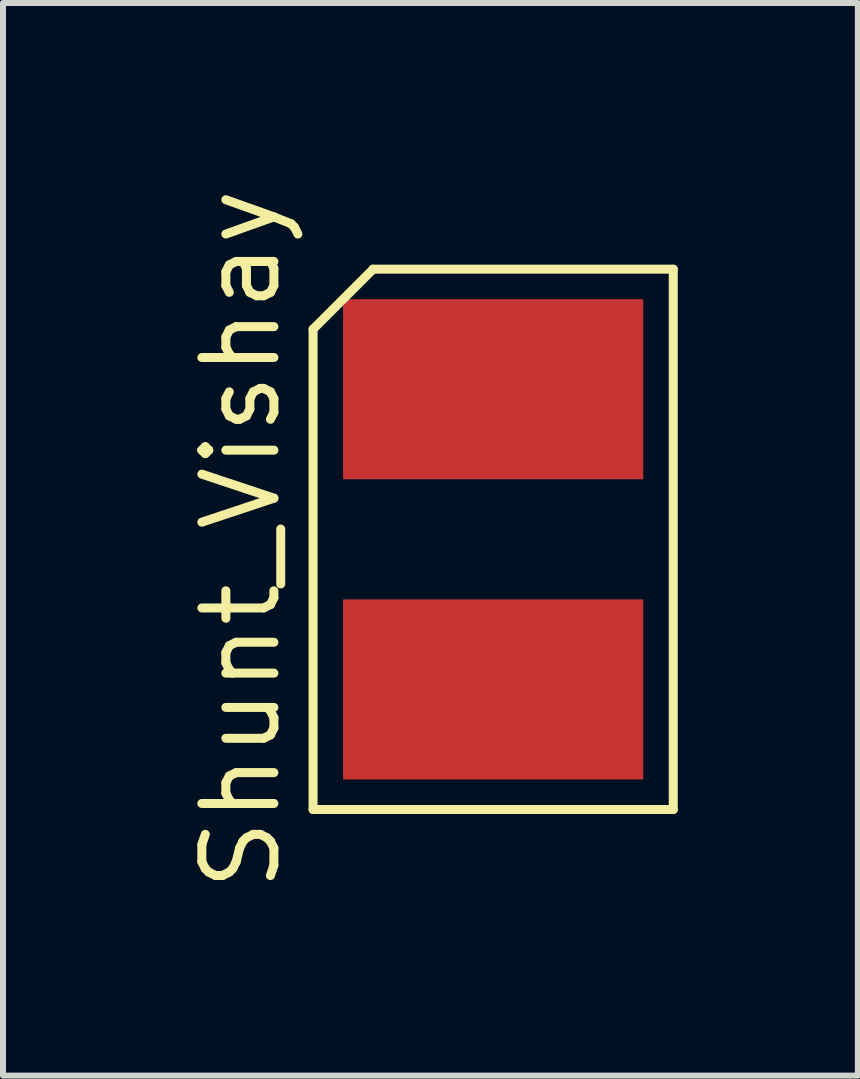
<source format=kicad_pcb>
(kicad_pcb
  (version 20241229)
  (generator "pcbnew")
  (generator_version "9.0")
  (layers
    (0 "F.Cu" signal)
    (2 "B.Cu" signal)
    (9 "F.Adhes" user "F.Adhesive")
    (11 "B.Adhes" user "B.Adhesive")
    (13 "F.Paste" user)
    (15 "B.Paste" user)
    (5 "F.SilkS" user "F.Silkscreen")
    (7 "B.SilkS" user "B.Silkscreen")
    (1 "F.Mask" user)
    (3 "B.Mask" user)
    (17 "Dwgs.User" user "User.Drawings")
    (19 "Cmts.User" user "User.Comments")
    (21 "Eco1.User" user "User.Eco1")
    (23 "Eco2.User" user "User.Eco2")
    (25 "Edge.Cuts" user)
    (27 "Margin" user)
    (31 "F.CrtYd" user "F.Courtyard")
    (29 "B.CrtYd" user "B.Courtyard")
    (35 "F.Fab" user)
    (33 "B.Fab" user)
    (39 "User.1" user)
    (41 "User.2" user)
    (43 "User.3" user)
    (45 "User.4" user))
  (footprint "Shunt_Vishay"
    (layer "F.Cu")
    (at 5.165 5.934)
    (property "Reference" "Shunt_Vishay" (at -4.2 0 90) (layer "F.SilkS") (effects (font (size 1.2 1.2) (thickness 0.15))))
    (attr through_hole)
    (fp_line (start -3 -3.5) (end -3 4.5) (stroke (width 0.15) (type solid)) (layer "F.SilkS"))
    (fp_line (start -3 4.5) (end 3 4.5) (stroke (width 0.15) (type solid)) (layer "F.SilkS"))
    (fp_line (start -2 -4.5) (end -3 -3.5) (stroke (width 0.15) (type solid)) (layer "F.SilkS"))
    (fp_line (start 3 -4.5) (end -2 -4.5) (stroke (width 0.15) (type solid)) (layer "F.SilkS"))
    (fp_line (start 3 4.5) (end 3 -4.5) (stroke (width 0.15) (type solid)) (layer "F.SilkS"))
    (pad "1" smd rect (at 0 2.5) (size 5 3) (layers "F.Cu" "F.Mask" "F.Paste"))
    (pad "2" smd rect (at 0 -2.5) (size 5 3) (layers "F.Cu" "F.Mask" "F.Paste")))
  (gr_rect
    (start -3 -3)
    (end 11.24 14.867)
    (stroke (width 0.1) (type default))
    (fill no)
    (layer "Edge.Cuts")))
</source>
